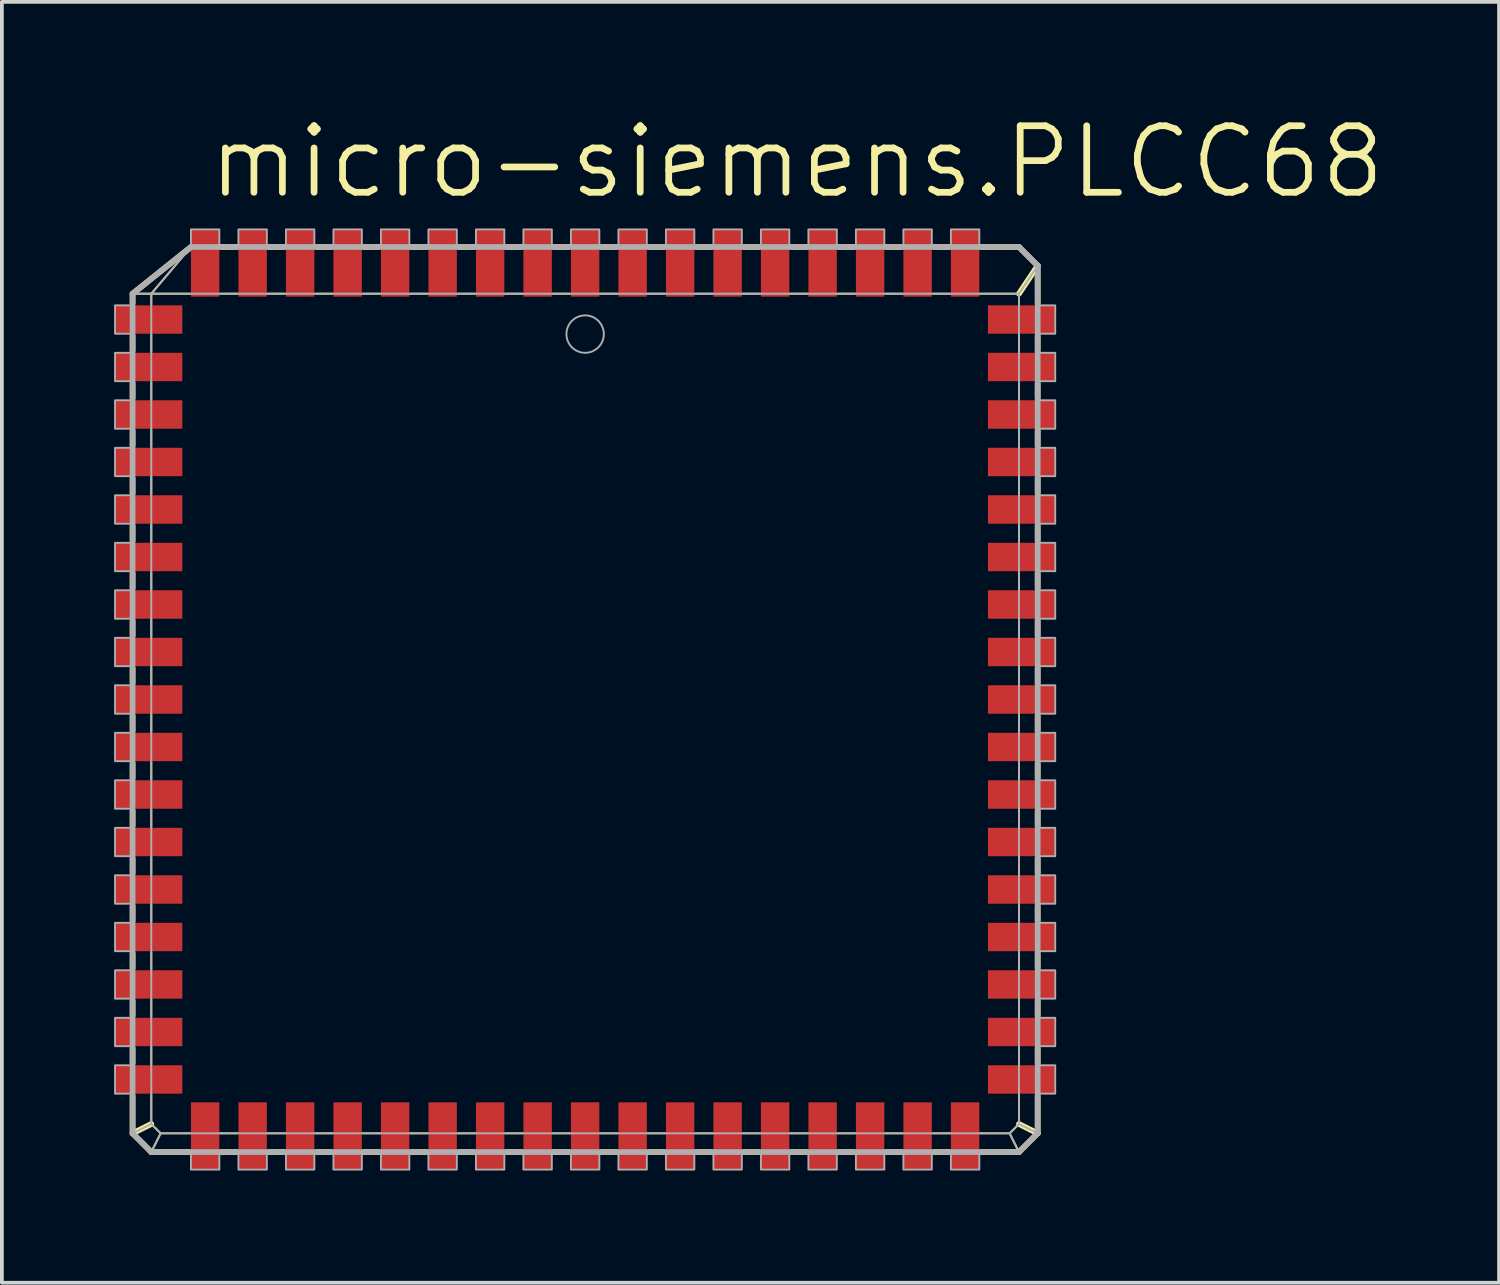
<source format=kicad_pcb>
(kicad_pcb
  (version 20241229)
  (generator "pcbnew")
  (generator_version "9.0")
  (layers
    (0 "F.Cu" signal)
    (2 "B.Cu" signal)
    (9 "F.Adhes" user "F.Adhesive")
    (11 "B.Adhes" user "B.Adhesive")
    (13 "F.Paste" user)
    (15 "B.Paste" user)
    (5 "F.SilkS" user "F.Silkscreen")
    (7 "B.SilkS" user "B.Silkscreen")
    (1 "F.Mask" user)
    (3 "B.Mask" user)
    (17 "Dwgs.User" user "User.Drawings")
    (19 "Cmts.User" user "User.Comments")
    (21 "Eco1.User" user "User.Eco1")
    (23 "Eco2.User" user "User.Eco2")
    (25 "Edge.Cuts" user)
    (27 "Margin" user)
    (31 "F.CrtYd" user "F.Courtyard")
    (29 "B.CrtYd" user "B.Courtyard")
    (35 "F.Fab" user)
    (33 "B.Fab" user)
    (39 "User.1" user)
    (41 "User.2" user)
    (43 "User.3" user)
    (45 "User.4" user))
  (footprint "micro-siemens.PLCC68"
    (layer "F.Cu")
    (at 12.595 15.653)
    (property "Reference" "micro-siemens.PLCC68" (at -10.16 -13.335 0) (layer "F.SilkS") (effects (font (size 1.778 1.778) (thickness 0.18)) (justify left bottom)))
    (attr smd)
    (fp_line (start -12.1 -10.85) (end -11.6 -10.85) (stroke (width 0.051) (type default)) (layer "F.SilkS"))
    (fp_line (start -12.1 -10.85) (end -10.6 -12.05) (stroke (width 0.152) (type default)) (layer "F.SilkS"))
    (fp_line (start -12.1 -10.6) (end -12.1 -10.85) (stroke (width 0.152) (type default)) (layer "F.SilkS"))
    (fp_line (start -12.1 -9.33) (end -12.1 -9.72) (stroke (width 0.152) (type default)) (layer "F.SilkS"))
    (fp_line (start -12.1 -8.06) (end -12.1 -8.45) (stroke (width 0.152) (type default)) (layer "F.SilkS"))
    (fp_line (start -12.1 -6.79) (end -12.1 -7.18) (stroke (width 0.152) (type default)) (layer "F.SilkS"))
    (fp_line (start -12.1 -5.52) (end -12.1 -5.91) (stroke (width 0.152) (type default)) (layer "F.SilkS"))
    (fp_line (start -12.1 -4.25) (end -12.1 -4.64) (stroke (width 0.152) (type default)) (layer "F.SilkS"))
    (fp_line (start -12.1 -2.98) (end -12.1 -3.37) (stroke (width 0.152) (type default)) (layer "F.SilkS"))
    (fp_line (start -12.1 -1.71) (end -12.1 -2.1) (stroke (width 0.152) (type default)) (layer "F.SilkS"))
    (fp_line (start -12.1 -0.44) (end -12.1 -0.83) (stroke (width 0.152) (type default)) (layer "F.SilkS"))
    (fp_line (start -12.1 0.83) (end -12.1 0.44) (stroke (width 0.152) (type default)) (layer "F.SilkS"))
    (fp_line (start -12.1 2.1) (end -12.1 1.71) (stroke (width 0.152) (type default)) (layer "F.SilkS"))
    (fp_line (start -12.1 3.37) (end -12.1 2.98) (stroke (width 0.152) (type default)) (layer "F.SilkS"))
    (fp_line (start -12.1 4.64) (end -12.1 4.25) (stroke (width 0.152) (type default)) (layer "F.SilkS"))
    (fp_line (start -12.1 5.91) (end -12.1 5.52) (stroke (width 0.152) (type default)) (layer "F.SilkS"))
    (fp_line (start -12.1 7.18) (end -12.1 6.79) (stroke (width 0.152) (type default)) (layer "F.SilkS"))
    (fp_line (start -12.1 8.45) (end -12.1 8.06) (stroke (width 0.152) (type default)) (layer "F.SilkS"))
    (fp_line (start -12.1 9.72) (end -12.1 9.33) (stroke (width 0.152) (type default)) (layer "F.SilkS"))
    (fp_line (start -12.1 11.6) (end -12.1 10.6) (stroke (width 0.152) (type default)) (layer "F.SilkS"))
    (fp_line (start -12.1 11.6) (end -11.6 11.35) (stroke (width 0.152) (type default)) (layer "F.SilkS"))
    (fp_line (start -11.6 -10.85) (end -10.56 -12.08) (stroke (width 0.051) (type default)) (layer "F.SilkS"))
    (fp_line (start -11.6 -10.85) (end -10.56 -10.85) (stroke (width 0.051) (type default)) (layer "F.SilkS"))
    (fp_line (start -11.6 -10.56) (end -11.6 -10.85) (stroke (width 0.051) (type default)) (layer "F.SilkS"))
    (fp_line (start -11.6 -9.29) (end -11.6 -9.76) (stroke (width 0.051) (type default)) (layer "F.SilkS"))
    (fp_line (start -11.6 -8.02) (end -11.6 -8.49) (stroke (width 0.051) (type default)) (layer "F.SilkS"))
    (fp_line (start -11.6 -6.75) (end -11.6 -7.22) (stroke (width 0.051) (type default)) (layer "F.SilkS"))
    (fp_line (start -11.6 -5.48) (end -11.6 -5.95) (stroke (width 0.051) (type default)) (layer "F.SilkS"))
    (fp_line (start -11.6 -4.21) (end -11.6 -4.68) (stroke (width 0.051) (type default)) (layer "F.SilkS"))
    (fp_line (start -11.6 -2.94) (end -11.6 -3.41) (stroke (width 0.051) (type default)) (layer "F.SilkS"))
    (fp_line (start -11.6 -1.67) (end -11.6 -2.14) (stroke (width 0.051) (type default)) (layer "F.SilkS"))
    (fp_line (start -11.6 -0.4) (end -11.6 -0.87) (stroke (width 0.051) (type default)) (layer "F.SilkS"))
    (fp_line (start -11.6 0.87) (end -11.6 0.4) (stroke (width 0.051) (type default)) (layer "F.SilkS"))
    (fp_line (start -11.6 2.14) (end -11.6 1.67) (stroke (width 0.051) (type default)) (layer "F.SilkS"))
    (fp_line (start -11.6 3.41) (end -11.6 2.94) (stroke (width 0.051) (type default)) (layer "F.SilkS"))
    (fp_line (start -11.6 4.68) (end -11.6 4.21) (stroke (width 0.051) (type default)) (layer "F.SilkS"))
    (fp_line (start -11.6 5.95) (end -11.6 5.48) (stroke (width 0.051) (type default)) (layer "F.SilkS"))
    (fp_line (start -11.6 7.22) (end -11.6 6.75) (stroke (width 0.051) (type default)) (layer "F.SilkS"))
    (fp_line (start -11.6 8.49) (end -11.6 8.02) (stroke (width 0.051) (type default)) (layer "F.SilkS"))
    (fp_line (start -11.6 9.76) (end -11.6 9.29) (stroke (width 0.051) (type default)) (layer "F.SilkS"))
    (fp_line (start -11.6 11.35) (end -11.6 10.56) (stroke (width 0.051) (type default)) (layer "F.SilkS"))
    (fp_line (start -11.6 12.1) (end -12.1 11.6) (stroke (width 0.152) (type default)) (layer "F.SilkS"))
    (fp_line (start -11.6 12.1) (end -11.35 11.6) (stroke (width 0.051) (type default)) (layer "F.SilkS"))
    (fp_line (start -11.35 11.6) (end -11.6 11.35) (stroke (width 0.051) (type default)) (layer "F.SilkS"))
    (fp_line (start -10.6 12.1) (end -11.6 12.1) (stroke (width 0.152) (type default)) (layer "F.SilkS"))
    (fp_line (start -10.56 11.6) (end -11.35 11.6) (stroke (width 0.051) (type default)) (layer "F.SilkS"))
    (fp_line (start -9.76 -10.85) (end -9.29 -10.85) (stroke (width 0.051) (type default)) (layer "F.SilkS"))
    (fp_line (start -9.72 -12.1) (end -9.33 -12.1) (stroke (width 0.152) (type default)) (layer "F.SilkS"))
    (fp_line (start -9.33 12.1) (end -9.72 12.1) (stroke (width 0.152) (type default)) (layer "F.SilkS"))
    (fp_line (start -9.29 11.6) (end -9.76 11.6) (stroke (width 0.051) (type default)) (layer "F.SilkS"))
    (fp_line (start -8.49 -10.85) (end -8.02 -10.85) (stroke (width 0.051) (type default)) (layer "F.SilkS"))
    (fp_line (start -8.45 -12.1) (end -8.06 -12.1) (stroke (width 0.152) (type default)) (layer "F.SilkS"))
    (fp_line (start -8.06 12.1) (end -8.45 12.1) (stroke (width 0.152) (type default)) (layer "F.SilkS"))
    (fp_line (start -8.02 11.6) (end -8.49 11.6) (stroke (width 0.051) (type default)) (layer "F.SilkS"))
    (fp_line (start -7.22 -10.85) (end -6.75 -10.85) (stroke (width 0.051) (type default)) (layer "F.SilkS"))
    (fp_line (start -7.18 -12.1) (end -6.79 -12.1) (stroke (width 0.152) (type default)) (layer "F.SilkS"))
    (fp_line (start -6.79 12.1) (end -7.18 12.1) (stroke (width 0.152) (type default)) (layer "F.SilkS"))
    (fp_line (start -6.75 11.6) (end -7.22 11.6) (stroke (width 0.051) (type default)) (layer "F.SilkS"))
    (fp_line (start -5.95 -10.85) (end -5.48 -10.85) (stroke (width 0.051) (type default)) (layer "F.SilkS"))
    (fp_line (start -5.91 -12.1) (end -5.52 -12.1) (stroke (width 0.152) (type default)) (layer "F.SilkS"))
    (fp_line (start -5.52 12.1) (end -5.91 12.1) (stroke (width 0.152) (type default)) (layer "F.SilkS"))
    (fp_line (start -5.48 11.6) (end -5.95 11.6) (stroke (width 0.051) (type default)) (layer "F.SilkS"))
    (fp_line (start -4.68 -10.85) (end -4.21 -10.85) (stroke (width 0.051) (type default)) (layer "F.SilkS"))
    (fp_line (start -4.64 -12.1) (end -4.25 -12.1) (stroke (width 0.152) (type default)) (layer "F.SilkS"))
    (fp_line (start -4.25 12.1) (end -4.64 12.1) (stroke (width 0.152) (type default)) (layer "F.SilkS"))
    (fp_line (start -4.21 11.6) (end -4.68 11.6) (stroke (width 0.051) (type default)) (layer "F.SilkS"))
    (fp_line (start -3.41 -10.85) (end -2.94 -10.85) (stroke (width 0.051) (type default)) (layer "F.SilkS"))
    (fp_line (start -3.37 -12.1) (end -2.98 -12.1) (stroke (width 0.152) (type default)) (layer "F.SilkS"))
    (fp_line (start -2.98 12.1) (end -3.37 12.1) (stroke (width 0.152) (type default)) (layer "F.SilkS"))
    (fp_line (start -2.94 11.6) (end -3.41 11.6) (stroke (width 0.051) (type default)) (layer "F.SilkS"))
    (fp_line (start -2.14 -10.85) (end -1.67 -10.85) (stroke (width 0.051) (type default)) (layer "F.SilkS"))
    (fp_line (start -2.1 -12.1) (end -1.71 -12.1) (stroke (width 0.152) (type default)) (layer "F.SilkS"))
    (fp_line (start -1.71 12.1) (end -2.1 12.1) (stroke (width 0.152) (type default)) (layer "F.SilkS"))
    (fp_line (start -1.67 11.6) (end -2.14 11.6) (stroke (width 0.051) (type default)) (layer "F.SilkS"))
    (fp_line (start -0.87 -10.85) (end -0.4 -10.85) (stroke (width 0.051) (type default)) (layer "F.SilkS"))
    (fp_line (start -0.83 -12.1) (end -0.44 -12.1) (stroke (width 0.152) (type default)) (layer "F.SilkS"))
    (fp_line (start -0.44 12.1) (end -0.83 12.1) (stroke (width 0.152) (type default)) (layer "F.SilkS"))
    (fp_line (start -0.4 11.6) (end -0.87 11.6) (stroke (width 0.051) (type default)) (layer "F.SilkS"))
    (fp_line (start 0.4 -10.85) (end 0.87 -10.85) (stroke (width 0.051) (type default)) (layer "F.SilkS"))
    (fp_line (start 0.44 -12.1) (end 0.83 -12.1) (stroke (width 0.152) (type default)) (layer "F.SilkS"))
    (fp_line (start 0.83 12.1) (end 0.44 12.1) (stroke (width 0.152) (type default)) (layer "F.SilkS"))
    (fp_line (start 0.87 11.6) (end 0.4 11.6) (stroke (width 0.051) (type default)) (layer "F.SilkS"))
    (fp_line (start 1.67 -10.85) (end 2.14 -10.85) (stroke (width 0.051) (type default)) (layer "F.SilkS"))
    (fp_line (start 1.71 -12.1) (end 2.1 -12.1) (stroke (width 0.152) (type default)) (layer "F.SilkS"))
    (fp_line (start 2.1 12.1) (end 1.71 12.1) (stroke (width 0.152) (type default)) (layer "F.SilkS"))
    (fp_line (start 2.14 11.6) (end 1.67 11.6) (stroke (width 0.051) (type default)) (layer "F.SilkS"))
    (fp_line (start 2.94 -10.85) (end 3.41 -10.85) (stroke (width 0.051) (type default)) (layer "F.SilkS"))
    (fp_line (start 2.98 -12.1) (end 3.37 -12.1) (stroke (width 0.152) (type default)) (layer "F.SilkS"))
    (fp_line (start 3.37 12.1) (end 2.98 12.1) (stroke (width 0.152) (type default)) (layer "F.SilkS"))
    (fp_line (start 3.41 11.6) (end 2.94 11.6) (stroke (width 0.051) (type default)) (layer "F.SilkS"))
    (fp_line (start 4.21 -10.85) (end 4.68 -10.85) (stroke (width 0.051) (type default)) (layer "F.SilkS"))
    (fp_line (start 4.25 -12.1) (end 4.64 -12.1) (stroke (width 0.152) (type default)) (layer "F.SilkS"))
    (fp_line (start 4.64 12.1) (end 4.25 12.1) (stroke (width 0.152) (type default)) (layer "F.SilkS"))
    (fp_line (start 4.68 11.6) (end 4.21 11.6) (stroke (width 0.051) (type default)) (layer "F.SilkS"))
    (fp_line (start 5.48 -10.85) (end 5.95 -10.85) (stroke (width 0.051) (type default)) (layer "F.SilkS"))
    (fp_line (start 5.52 -12.1) (end 5.91 -12.1) (stroke (width 0.152) (type default)) (layer "F.SilkS"))
    (fp_line (start 5.91 12.1) (end 5.52 12.1) (stroke (width 0.152) (type default)) (layer "F.SilkS"))
    (fp_line (start 5.95 11.6) (end 5.48 11.6) (stroke (width 0.051) (type default)) (layer "F.SilkS"))
    (fp_line (start 6.75 -10.85) (end 7.22 -10.85) (stroke (width 0.051) (type default)) (layer "F.SilkS"))
    (fp_line (start 6.79 -12.1) (end 7.18 -12.1) (stroke (width 0.152) (type default)) (layer "F.SilkS"))
    (fp_line (start 7.18 12.1) (end 6.79 12.1) (stroke (width 0.152) (type default)) (layer "F.SilkS"))
    (fp_line (start 7.22 11.6) (end 6.75 11.6) (stroke (width 0.051) (type default)) (layer "F.SilkS"))
    (fp_line (start 8.02 -10.85) (end 8.49 -10.85) (stroke (width 0.051) (type default)) (layer "F.SilkS"))
    (fp_line (start 8.06 -12.1) (end 8.45 -12.1) (stroke (width 0.152) (type default)) (layer "F.SilkS"))
    (fp_line (start 8.45 12.1) (end 8.06 12.1) (stroke (width 0.152) (type default)) (layer "F.SilkS"))
    (fp_line (start 8.49 11.6) (end 8.02 11.6) (stroke (width 0.051) (type default)) (layer "F.SilkS"))
    (fp_line (start 9.29 -10.85) (end 9.76 -10.85) (stroke (width 0.051) (type default)) (layer "F.SilkS"))
    (fp_line (start 9.33 -12.1) (end 9.72 -12.1) (stroke (width 0.152) (type default)) (layer "F.SilkS"))
    (fp_line (start 9.72 12.1) (end 9.33 12.1) (stroke (width 0.152) (type default)) (layer "F.SilkS"))
    (fp_line (start 9.76 11.6) (end 9.29 11.6) (stroke (width 0.051) (type default)) (layer "F.SilkS"))
    (fp_line (start 10.56 -10.85) (end 11.6 -10.85) (stroke (width 0.051) (type default)) (layer "F.SilkS"))
    (fp_line (start 10.6 -12.1) (end 11.6 -12.1) (stroke (width 0.152) (type default)) (layer "F.SilkS"))
    (fp_line (start 11.35 11.6) (end 10.56 11.6) (stroke (width 0.051) (type default)) (layer "F.SilkS"))
    (fp_line (start 11.35 11.6) (end 11.6 12.1) (stroke (width 0.051) (type default)) (layer "F.SilkS"))
    (fp_line (start 11.6 -12.1) (end 12.1 -11.6) (stroke (width 0.152) (type default)) (layer "F.SilkS"))
    (fp_line (start 11.6 -10.85) (end 11.6 -10.56) (stroke (width 0.051) (type default)) (layer "F.SilkS"))
    (fp_line (start 11.6 -9.76) (end 11.6 -9.29) (stroke (width 0.051) (type default)) (layer "F.SilkS"))
    (fp_line (start 11.6 -8.49) (end 11.6 -8.02) (stroke (width 0.051) (type default)) (layer "F.SilkS"))
    (fp_line (start 11.6 -7.22) (end 11.6 -6.75) (stroke (width 0.051) (type default)) (layer "F.SilkS"))
    (fp_line (start 11.6 -5.95) (end 11.6 -5.48) (stroke (width 0.051) (type default)) (layer "F.SilkS"))
    (fp_line (start 11.6 -4.68) (end 11.6 -4.21) (stroke (width 0.051) (type default)) (layer "F.SilkS"))
    (fp_line (start 11.6 -3.41) (end 11.6 -2.94) (stroke (width 0.051) (type default)) (layer "F.SilkS"))
    (fp_line (start 11.6 -2.14) (end 11.6 -1.67) (stroke (width 0.051) (type default)) (layer "F.SilkS"))
    (fp_line (start 11.6 -0.87) (end 11.6 -0.4) (stroke (width 0.051) (type default)) (layer "F.SilkS"))
    (fp_line (start 11.6 0.4) (end 11.6 0.87) (stroke (width 0.051) (type default)) (layer "F.SilkS"))
    (fp_line (start 11.6 1.67) (end 11.6 2.14) (stroke (width 0.051) (type default)) (layer "F.SilkS"))
    (fp_line (start 11.6 2.94) (end 11.6 3.41) (stroke (width 0.051) (type default)) (layer "F.SilkS"))
    (fp_line (start 11.6 4.21) (end 11.6 4.68) (stroke (width 0.051) (type default)) (layer "F.SilkS"))
    (fp_line (start 11.6 5.48) (end 11.6 5.95) (stroke (width 0.051) (type default)) (layer "F.SilkS"))
    (fp_line (start 11.6 6.75) (end 11.6 7.22) (stroke (width 0.051) (type default)) (layer "F.SilkS"))
    (fp_line (start 11.6 8.02) (end 11.6 8.49) (stroke (width 0.051) (type default)) (layer "F.SilkS"))
    (fp_line (start 11.6 9.29) (end 11.6 9.76) (stroke (width 0.051) (type default)) (layer "F.SilkS"))
    (fp_line (start 11.6 10.56) (end 11.6 11.35) (stroke (width 0.051) (type default)) (layer "F.SilkS"))
    (fp_line (start 11.6 11.35) (end 11.35 11.6) (stroke (width 0.051) (type default)) (layer "F.SilkS"))
    (fp_line (start 11.6 11.35) (end 12.1 11.6) (stroke (width 0.152) (type default)) (layer "F.SilkS"))
    (fp_line (start 11.6 12.1) (end 10.6 12.1) (stroke (width 0.152) (type default)) (layer "F.SilkS"))
    (fp_line (start 12.1 -11.6) (end 11.6 -10.85) (stroke (width 0.152) (type default)) (layer "F.SilkS"))
    (fp_line (start 12.1 -11.6) (end 12.1 -10.6) (stroke (width 0.152) (type default)) (layer "F.SilkS"))
    (fp_line (start 12.1 -9.72) (end 12.1 -9.33) (stroke (width 0.152) (type default)) (layer "F.SilkS"))
    (fp_line (start 12.1 -8.45) (end 12.1 -8.06) (stroke (width 0.152) (type default)) (layer "F.SilkS"))
    (fp_line (start 12.1 -7.18) (end 12.1 -6.79) (stroke (width 0.152) (type default)) (layer "F.SilkS"))
    (fp_line (start 12.1 -5.91) (end 12.1 -5.52) (stroke (width 0.152) (type default)) (layer "F.SilkS"))
    (fp_line (start 12.1 -4.64) (end 12.1 -4.25) (stroke (width 0.152) (type default)) (layer "F.SilkS"))
    (fp_line (start 12.1 -3.37) (end 12.1 -2.98) (stroke (width 0.152) (type default)) (layer "F.SilkS"))
    (fp_line (start 12.1 -2.1) (end 12.1 -1.71) (stroke (width 0.152) (type default)) (layer "F.SilkS"))
    (fp_line (start 12.1 -0.83) (end 12.1 -0.44) (stroke (width 0.152) (type default)) (layer "F.SilkS"))
    (fp_line (start 12.1 0.44) (end 12.1 0.83) (stroke (width 0.152) (type default)) (layer "F.SilkS"))
    (fp_line (start 12.1 1.71) (end 12.1 2.1) (stroke (width 0.152) (type default)) (layer "F.SilkS"))
    (fp_line (start 12.1 2.98) (end 12.1 3.37) (stroke (width 0.152) (type default)) (layer "F.SilkS"))
    (fp_line (start 12.1 4.25) (end 12.1 4.64) (stroke (width 0.152) (type default)) (layer "F.SilkS"))
    (fp_line (start 12.1 5.52) (end 12.1 5.91) (stroke (width 0.152) (type default)) (layer "F.SilkS"))
    (fp_line (start 12.1 6.79) (end 12.1 7.18) (stroke (width 0.152) (type default)) (layer "F.SilkS"))
    (fp_line (start 12.1 8.06) (end 12.1 8.45) (stroke (width 0.152) (type default)) (layer "F.SilkS"))
    (fp_line (start 12.1 9.33) (end 12.1 9.72) (stroke (width 0.152) (type default)) (layer "F.SilkS"))
    (fp_line (start 12.1 10.6) (end 12.1 11.6) (stroke (width 0.152) (type default)) (layer "F.SilkS"))
    (fp_line (start 12.1 11.6) (end 11.6 12.1) (stroke (width 0.152) (type default)) (layer "F.SilkS"))
    (fp_line (start -12.1 -10.85) (end -11.6 -10.85) (stroke (width 0.051) (type default)) (layer "F.Fab"))
    (fp_line (start -12.1 -10.85) (end -10.54 -12.1) (stroke (width 0.152) (type default)) (layer "F.Fab"))
    (fp_line (start -12.1 11.6) (end -12.1 -10.85) (stroke (width 0.152) (type default)) (layer "F.Fab"))
    (fp_line (start -12.1 11.6) (end -11.6 11.35) (stroke (width 0.051) (type default)) (layer "F.Fab"))
    (fp_line (start -11.6 -10.85) (end -10.54 -12.1) (stroke (width 0.051) (type default)) (layer "F.Fab"))
    (fp_line (start -11.6 -10.85) (end 11.6 -10.85) (stroke (width 0.051) (type default)) (layer "F.Fab"))
    (fp_line (start -11.6 11.35) (end -11.6 -10.85) (stroke (width 0.051) (type default)) (layer "F.Fab"))
    (fp_line (start -11.6 12.1) (end -12.1 11.6) (stroke (width 0.152) (type default)) (layer "F.Fab"))
    (fp_line (start -11.6 12.1) (end -11.35 11.6) (stroke (width 0.051) (type default)) (layer "F.Fab"))
    (fp_line (start -11.35 11.6) (end -11.6 11.35) (stroke (width 0.051) (type default)) (layer "F.Fab"))
    (fp_line (start -10.54 -12.1) (end 11.6 -12.1) (stroke (width 0.152) (type default)) (layer "F.Fab"))
    (fp_line (start 11.35 11.6) (end -11.35 11.6) (stroke (width 0.051) (type default)) (layer "F.Fab"))
    (fp_line (start 11.35 11.6) (end 11.6 12.1) (stroke (width 0.051) (type default)) (layer "F.Fab"))
    (fp_line (start 11.6 -12.1) (end 12.1 -11.6) (stroke (width 0.152) (type default)) (layer "F.Fab"))
    (fp_line (start 11.6 -10.85) (end 11.6 11.35) (stroke (width 0.051) (type default)) (layer "F.Fab"))
    (fp_line (start 11.6 11.35) (end 11.35 11.6) (stroke (width 0.051) (type default)) (layer "F.Fab"))
    (fp_line (start 11.6 11.35) (end 12.1 11.6) (stroke (width 0.051) (type default)) (layer "F.Fab"))
    (fp_line (start 11.6 12.1) (end -11.6 12.1) (stroke (width 0.152) (type default)) (layer "F.Fab"))
    (fp_line (start 12.1 -11.6) (end 11.6 -10.85) (stroke (width 0.051) (type default)) (layer "F.Fab"))
    (fp_line (start 12.1 -11.6) (end 12.1 11.6) (stroke (width 0.152) (type default)) (layer "F.Fab"))
    (fp_line (start 12.1 11.6) (end 11.6 12.1) (stroke (width 0.152) (type default)) (layer "F.Fab"))
    (fp_rect (start -12.57 -9.78) (end -12.1 -10.54) (stroke (width 0.05) (type default)) (fill no) (layer "F.Fab"))
    (fp_rect (start -12.57 -8.51) (end -12.1 -9.27) (stroke (width 0.05) (type default)) (fill no) (layer "F.Fab"))
    (fp_rect (start -12.57 -7.24) (end -12.1 -8) (stroke (width 0.05) (type default)) (fill no) (layer "F.Fab"))
    (fp_rect (start -12.57 -5.97) (end -12.1 -6.73) (stroke (width 0.05) (type default)) (fill no) (layer "F.Fab"))
    (fp_rect (start -12.57 -4.7) (end -12.1 -5.46) (stroke (width 0.05) (type default)) (fill no) (layer "F.Fab"))
    (fp_rect (start -12.57 -3.43) (end -12.1 -4.19) (stroke (width 0.05) (type default)) (fill no) (layer "F.Fab"))
    (fp_rect (start -12.57 -2.16) (end -12.1 -2.92) (stroke (width 0.05) (type default)) (fill no) (layer "F.Fab"))
    (fp_rect (start -12.57 -0.89) (end -12.1 -1.65) (stroke (width 0.05) (type default)) (fill no) (layer "F.Fab"))
    (fp_rect (start -12.57 0.38) (end -12.1 -0.38) (stroke (width 0.05) (type default)) (fill no) (layer "F.Fab"))
    (fp_rect (start -12.57 1.65) (end -12.1 0.89) (stroke (width 0.05) (type default)) (fill no) (layer "F.Fab"))
    (fp_rect (start -12.57 2.92) (end -12.1 2.16) (stroke (width 0.05) (type default)) (fill no) (layer "F.Fab"))
    (fp_rect (start -12.57 4.19) (end -12.1 3.43) (stroke (width 0.05) (type default)) (fill no) (layer "F.Fab"))
    (fp_rect (start -12.57 5.46) (end -12.1 4.7) (stroke (width 0.05) (type default)) (fill no) (layer "F.Fab"))
    (fp_rect (start -12.57 6.73) (end -12.1 5.97) (stroke (width 0.05) (type default)) (fill no) (layer "F.Fab"))
    (fp_rect (start -12.57 8) (end -12.1 7.24) (stroke (width 0.05) (type default)) (fill no) (layer "F.Fab"))
    (fp_rect (start -12.57 9.27) (end -12.1 8.51) (stroke (width 0.05) (type default)) (fill no) (layer "F.Fab"))
    (fp_rect (start -12.57 10.54) (end -12.1 9.78) (stroke (width 0.05) (type default)) (fill no) (layer "F.Fab"))
    (fp_rect (start -10.54 -12.1) (end -9.78 -12.57) (stroke (width 0.05) (type default)) (fill no) (layer "F.Fab"))
    (fp_rect (start -10.54 12.57) (end -9.78 12.1) (stroke (width 0.05) (type default)) (fill no) (layer "F.Fab"))
    (fp_rect (start -9.27 -12.1) (end -8.51 -12.57) (stroke (width 0.05) (type default)) (fill no) (layer "F.Fab"))
    (fp_rect (start -9.27 12.57) (end -8.51 12.1) (stroke (width 0.05) (type default)) (fill no) (layer "F.Fab"))
    (fp_rect (start -8 -12.1) (end -7.24 -12.57) (stroke (width 0.05) (type default)) (fill no) (layer "F.Fab"))
    (fp_rect (start -8 12.57) (end -7.24 12.1) (stroke (width 0.05) (type default)) (fill no) (layer "F.Fab"))
    (fp_rect (start -6.73 -12.1) (end -5.97 -12.57) (stroke (width 0.05) (type default)) (fill no) (layer "F.Fab"))
    (fp_rect (start -6.73 12.57) (end -5.97 12.1) (stroke (width 0.05) (type default)) (fill no) (layer "F.Fab"))
    (fp_rect (start -5.46 -12.1) (end -4.7 -12.57) (stroke (width 0.05) (type default)) (fill no) (layer "F.Fab"))
    (fp_rect (start -5.46 12.57) (end -4.7 12.1) (stroke (width 0.05) (type default)) (fill no) (layer "F.Fab"))
    (fp_rect (start -4.19 -12.1) (end -3.43 -12.57) (stroke (width 0.05) (type default)) (fill no) (layer "F.Fab"))
    (fp_rect (start -4.19 12.57) (end -3.43 12.1) (stroke (width 0.05) (type default)) (fill no) (layer "F.Fab"))
    (fp_rect (start -2.92 -12.1) (end -2.16 -12.57) (stroke (width 0.05) (type default)) (fill no) (layer "F.Fab"))
    (fp_rect (start -2.92 12.57) (end -2.16 12.1) (stroke (width 0.05) (type default)) (fill no) (layer "F.Fab"))
    (fp_rect (start -1.65 -12.1) (end -0.89 -12.57) (stroke (width 0.05) (type default)) (fill no) (layer "F.Fab"))
    (fp_rect (start -1.65 12.57) (end -0.89 12.1) (stroke (width 0.05) (type default)) (fill no) (layer "F.Fab"))
    (fp_rect (start -0.38 -12.1) (end 0.38 -12.57) (stroke (width 0.05) (type default)) (fill no) (layer "F.Fab"))
    (fp_rect (start -0.38 12.57) (end 0.38 12.1) (stroke (width 0.05) (type default)) (fill no) (layer "F.Fab"))
    (fp_rect (start 0.89 -12.1) (end 1.65 -12.57) (stroke (width 0.05) (type default)) (fill no) (layer "F.Fab"))
    (fp_rect (start 0.89 12.57) (end 1.65 12.1) (stroke (width 0.05) (type default)) (fill no) (layer "F.Fab"))
    (fp_rect (start 2.16 -12.1) (end 2.92 -12.57) (stroke (width 0.05) (type default)) (fill no) (layer "F.Fab"))
    (fp_rect (start 2.16 12.57) (end 2.92 12.1) (stroke (width 0.05) (type default)) (fill no) (layer "F.Fab"))
    (fp_rect (start 3.43 -12.1) (end 4.19 -12.57) (stroke (width 0.05) (type default)) (fill no) (layer "F.Fab"))
    (fp_rect (start 3.43 12.57) (end 4.19 12.1) (stroke (width 0.05) (type default)) (fill no) (layer "F.Fab"))
    (fp_rect (start 4.7 -12.1) (end 5.46 -12.57) (stroke (width 0.05) (type default)) (fill no) (layer "F.Fab"))
    (fp_rect (start 4.7 12.57) (end 5.46 12.1) (stroke (width 0.05) (type default)) (fill no) (layer "F.Fab"))
    (fp_rect (start 5.97 -12.1) (end 6.73 -12.57) (stroke (width 0.05) (type default)) (fill no) (layer "F.Fab"))
    (fp_rect (start 5.97 12.57) (end 6.73 12.1) (stroke (width 0.05) (type default)) (fill no) (layer "F.Fab"))
    (fp_rect (start 7.24 -12.1) (end 8 -12.57) (stroke (width 0.05) (type default)) (fill no) (layer "F.Fab"))
    (fp_rect (start 7.24 12.57) (end 8 12.1) (stroke (width 0.05) (type default)) (fill no) (layer "F.Fab"))
    (fp_rect (start 8.51 -12.1) (end 9.27 -12.57) (stroke (width 0.05) (type default)) (fill no) (layer "F.Fab"))
    (fp_rect (start 8.51 12.57) (end 9.27 12.1) (stroke (width 0.05) (type default)) (fill no) (layer "F.Fab"))
    (fp_rect (start 9.78 -12.1) (end 10.54 -12.57) (stroke (width 0.05) (type default)) (fill no) (layer "F.Fab"))
    (fp_rect (start 9.78 12.57) (end 10.54 12.1) (stroke (width 0.05) (type default)) (fill no) (layer "F.Fab"))
    (fp_rect (start 12.1 -9.78) (end 12.57 -10.54) (stroke (width 0.05) (type default)) (fill no) (layer "F.Fab"))
    (fp_rect (start 12.1 -8.51) (end 12.57 -9.27) (stroke (width 0.05) (type default)) (fill no) (layer "F.Fab"))
    (fp_rect (start 12.1 -7.24) (end 12.57 -8) (stroke (width 0.05) (type default)) (fill no) (layer "F.Fab"))
    (fp_rect (start 12.1 -5.97) (end 12.57 -6.73) (stroke (width 0.05) (type default)) (fill no) (layer "F.Fab"))
    (fp_rect (start 12.1 -4.7) (end 12.57 -5.46) (stroke (width 0.05) (type default)) (fill no) (layer "F.Fab"))
    (fp_rect (start 12.1 -3.43) (end 12.57 -4.19) (stroke (width 0.05) (type default)) (fill no) (layer "F.Fab"))
    (fp_rect (start 12.1 -2.16) (end 12.57 -2.92) (stroke (width 0.05) (type default)) (fill no) (layer "F.Fab"))
    (fp_rect (start 12.1 -0.89) (end 12.57 -1.65) (stroke (width 0.05) (type default)) (fill no) (layer "F.Fab"))
    (fp_rect (start 12.1 0.38) (end 12.57 -0.38) (stroke (width 0.05) (type default)) (fill no) (layer "F.Fab"))
    (fp_rect (start 12.1 1.65) (end 12.57 0.89) (stroke (width 0.05) (type default)) (fill no) (layer "F.Fab"))
    (fp_rect (start 12.1 2.92) (end 12.57 2.16) (stroke (width 0.05) (type default)) (fill no) (layer "F.Fab"))
    (fp_rect (start 12.1 4.19) (end 12.57 3.43) (stroke (width 0.05) (type default)) (fill no) (layer "F.Fab"))
    (fp_rect (start 12.1 5.46) (end 12.57 4.7) (stroke (width 0.05) (type default)) (fill no) (layer "F.Fab"))
    (fp_rect (start 12.1 6.73) (end 12.57 5.97) (stroke (width 0.05) (type default)) (fill no) (layer "F.Fab"))
    (fp_rect (start 12.1 8) (end 12.57 7.24) (stroke (width 0.05) (type default)) (fill no) (layer "F.Fab"))
    (fp_rect (start 12.1 9.27) (end 12.57 8.51) (stroke (width 0.05) (type default)) (fill no) (layer "F.Fab"))
    (fp_rect (start 12.1 10.54) (end 12.57 9.78) (stroke (width 0.05) (type default)) (fill no) (layer "F.Fab"))
    (fp_circle (center 0 -9.77) (end 0.5 -9.77) (stroke (width 0.051) (type default)) (fill no) (layer "F.Fab"))
    (pad "1" smd roundrect (at 0 -11.67) (size 0.76 1.8) (layers "F.Cu" "F.Mask" "F.Paste") (roundrect_rratio 0.01))
    (pad "2" smd roundrect (at -1.27 -11.67) (size 0.76 1.8) (layers "F.Cu" "F.Mask" "F.Paste") (roundrect_rratio 0.01))
    (pad "3" smd roundrect (at -2.54 -11.67) (size 0.76 1.8) (layers "F.Cu" "F.Mask" "F.Paste") (roundrect_rratio 0.01))
    (pad "4" smd roundrect (at -3.81 -11.67) (size 0.76 1.8) (layers "F.Cu" "F.Mask" "F.Paste") (roundrect_rratio 0.01))
    (pad "5" smd roundrect (at -5.08 -11.67) (size 0.76 1.8) (layers "F.Cu" "F.Mask" "F.Paste") (roundrect_rratio 0.01))
    (pad "6" smd roundrect (at -6.35 -11.67) (size 0.76 1.8) (layers "F.Cu" "F.Mask" "F.Paste") (roundrect_rratio 0.01))
    (pad "7" smd roundrect (at -7.62 -11.67) (size 0.76 1.8) (layers "F.Cu" "F.Mask" "F.Paste") (roundrect_rratio 0.01))
    (pad "8" smd roundrect (at -8.89 -11.67) (size 0.76 1.8) (layers "F.Cu" "F.Mask" "F.Paste") (roundrect_rratio 0.01))
    (pad "9" smd roundrect (at -10.16 -11.67) (size 0.76 1.8) (layers "F.Cu" "F.Mask" "F.Paste") (roundrect_rratio 0.01))
    (pad "10" smd roundrect (at -11.67 -10.16) (size 1.8 0.76) (layers "F.Cu" "F.Mask" "F.Paste") (roundrect_rratio 0.01))
    (pad "11" smd roundrect (at -11.67 -8.89) (size 1.8 0.76) (layers "F.Cu" "F.Mask" "F.Paste") (roundrect_rratio 0.01))
    (pad "12" smd roundrect (at -11.67 -7.62) (size 1.8 0.76) (layers "F.Cu" "F.Mask" "F.Paste") (roundrect_rratio 0.01))
    (pad "13" smd roundrect (at -11.67 -6.35) (size 1.8 0.76) (layers "F.Cu" "F.Mask" "F.Paste") (roundrect_rratio 0.01))
    (pad "14" smd roundrect (at -11.67 -5.08) (size 1.8 0.76) (layers "F.Cu" "F.Mask" "F.Paste") (roundrect_rratio 0.01))
    (pad "15" smd roundrect (at -11.67 -3.81) (size 1.8 0.76) (layers "F.Cu" "F.Mask" "F.Paste") (roundrect_rratio 0.01))
    (pad "16" smd roundrect (at -11.67 -2.54) (size 1.8 0.76) (layers "F.Cu" "F.Mask" "F.Paste") (roundrect_rratio 0.01))
    (pad "17" smd roundrect (at -11.67 -1.27) (size 1.8 0.76) (layers "F.Cu" "F.Mask" "F.Paste") (roundrect_rratio 0.01))
    (pad "18" smd roundrect (at -11.67 0) (size 1.8 0.76) (layers "F.Cu" "F.Mask" "F.Paste") (roundrect_rratio 0.01))
    (pad "19" smd roundrect (at -11.67 1.27) (size 1.8 0.76) (layers "F.Cu" "F.Mask" "F.Paste") (roundrect_rratio 0.01))
    (pad "20" smd roundrect (at -11.67 2.54) (size 1.8 0.76) (layers "F.Cu" "F.Mask" "F.Paste") (roundrect_rratio 0.01))
    (pad "21" smd roundrect (at -11.67 3.81) (size 1.8 0.76) (layers "F.Cu" "F.Mask" "F.Paste") (roundrect_rratio 0.01))
    (pad "22" smd roundrect (at -11.67 5.08) (size 1.8 0.76) (layers "F.Cu" "F.Mask" "F.Paste") (roundrect_rratio 0.01))
    (pad "23" smd roundrect (at -11.67 6.35) (size 1.8 0.76) (layers "F.Cu" "F.Mask" "F.Paste") (roundrect_rratio 0.01))
    (pad "24" smd roundrect (at -11.67 7.62) (size 1.8 0.76) (layers "F.Cu" "F.Mask" "F.Paste") (roundrect_rratio 0.01))
    (pad "25" smd roundrect (at -11.67 8.89) (size 1.8 0.76) (layers "F.Cu" "F.Mask" "F.Paste") (roundrect_rratio 0.01))
    (pad "26" smd roundrect (at -11.67 10.16) (size 1.8 0.76) (layers "F.Cu" "F.Mask" "F.Paste") (roundrect_rratio 0.01))
    (pad "27" smd roundrect (at -10.16 11.67) (size 0.76 1.8) (layers "F.Cu" "F.Mask" "F.Paste") (roundrect_rratio 0.01))
    (pad "28" smd roundrect (at -8.89 11.67) (size 0.76 1.8) (layers "F.Cu" "F.Mask" "F.Paste") (roundrect_rratio 0.01))
    (pad "29" smd roundrect (at -7.62 11.67) (size 0.76 1.8) (layers "F.Cu" "F.Mask" "F.Paste") (roundrect_rratio 0.01))
    (pad "30" smd roundrect (at -6.35 11.67) (size 0.76 1.8) (layers "F.Cu" "F.Mask" "F.Paste") (roundrect_rratio 0.01))
    (pad "31" smd roundrect (at -5.08 11.67) (size 0.76 1.8) (layers "F.Cu" "F.Mask" "F.Paste") (roundrect_rratio 0.01))
    (pad "32" smd roundrect (at -3.81 11.67) (size 0.76 1.8) (layers "F.Cu" "F.Mask" "F.Paste") (roundrect_rratio 0.01))
    (pad "33" smd roundrect (at -2.54 11.67) (size 0.76 1.8) (layers "F.Cu" "F.Mask" "F.Paste") (roundrect_rratio 0.01))
    (pad "34" smd roundrect (at -1.27 11.67) (size 0.76 1.8) (layers "F.Cu" "F.Mask" "F.Paste") (roundrect_rratio 0.01))
    (pad "35" smd roundrect (at 0 11.67) (size 0.76 1.8) (layers "F.Cu" "F.Mask" "F.Paste") (roundrect_rratio 0.01))
    (pad "36" smd roundrect (at 1.27 11.67) (size 0.76 1.8) (layers "F.Cu" "F.Mask" "F.Paste") (roundrect_rratio 0.01))
    (pad "37" smd roundrect (at 2.54 11.67) (size 0.76 1.8) (layers "F.Cu" "F.Mask" "F.Paste") (roundrect_rratio 0.01))
    (pad "38" smd roundrect (at 3.81 11.67) (size 0.76 1.8) (layers "F.Cu" "F.Mask" "F.Paste") (roundrect_rratio 0.01))
    (pad "39" smd roundrect (at 5.08 11.67) (size 0.76 1.8) (layers "F.Cu" "F.Mask" "F.Paste") (roundrect_rratio 0.01))
    (pad "40" smd roundrect (at 6.35 11.67) (size 0.76 1.8) (layers "F.Cu" "F.Mask" "F.Paste") (roundrect_rratio 0.01))
    (pad "41" smd roundrect (at 7.62 11.67) (size 0.76 1.8) (layers "F.Cu" "F.Mask" "F.Paste") (roundrect_rratio 0.01))
    (pad "42" smd roundrect (at 8.89 11.67) (size 0.76 1.8) (layers "F.Cu" "F.Mask" "F.Paste") (roundrect_rratio 0.01))
    (pad "43" smd roundrect (at 10.16 11.67) (size 0.76 1.8) (layers "F.Cu" "F.Mask" "F.Paste") (roundrect_rratio 0.01))
    (pad "44" smd roundrect (at 11.67 10.16) (size 1.8 0.76) (layers "F.Cu" "F.Mask" "F.Paste") (roundrect_rratio 0.01))
    (pad "45" smd roundrect (at 11.67 8.89) (size 1.8 0.76) (layers "F.Cu" "F.Mask" "F.Paste") (roundrect_rratio 0.01))
    (pad "46" smd roundrect (at 11.67 7.62) (size 1.8 0.76) (layers "F.Cu" "F.Mask" "F.Paste") (roundrect_rratio 0.01))
    (pad "47" smd roundrect (at 11.67 6.35) (size 1.8 0.76) (layers "F.Cu" "F.Mask" "F.Paste") (roundrect_rratio 0.01))
    (pad "48" smd roundrect (at 11.67 5.08) (size 1.8 0.76) (layers "F.Cu" "F.Mask" "F.Paste") (roundrect_rratio 0.01))
    (pad "49" smd roundrect (at 11.67 3.81) (size 1.8 0.76) (layers "F.Cu" "F.Mask" "F.Paste") (roundrect_rratio 0.01))
    (pad "50" smd roundrect (at 11.67 2.54) (size 1.8 0.76) (layers "F.Cu" "F.Mask" "F.Paste") (roundrect_rratio 0.01))
    (pad "51" smd roundrect (at 11.67 1.27) (size 1.8 0.76) (layers "F.Cu" "F.Mask" "F.Paste") (roundrect_rratio 0.01))
    (pad "52" smd roundrect (at 11.67 0) (size 1.8 0.76) (layers "F.Cu" "F.Mask" "F.Paste") (roundrect_rratio 0.01))
    (pad "53" smd roundrect (at 11.67 -1.27) (size 1.8 0.76) (layers "F.Cu" "F.Mask" "F.Paste") (roundrect_rratio 0.01))
    (pad "54" smd roundrect (at 11.67 -2.54) (size 1.8 0.76) (layers "F.Cu" "F.Mask" "F.Paste") (roundrect_rratio 0.01))
    (pad "55" smd roundrect (at 11.67 -3.81) (size 1.8 0.76) (layers "F.Cu" "F.Mask" "F.Paste") (roundrect_rratio 0.01))
    (pad "56" smd roundrect (at 11.67 -5.08) (size 1.8 0.76) (layers "F.Cu" "F.Mask" "F.Paste") (roundrect_rratio 0.01))
    (pad "57" smd roundrect (at 11.67 -6.35) (size 1.8 0.76) (layers "F.Cu" "F.Mask" "F.Paste") (roundrect_rratio 0.01))
    (pad "58" smd roundrect (at 11.67 -7.62) (size 1.8 0.76) (layers "F.Cu" "F.Mask" "F.Paste") (roundrect_rratio 0.01))
    (pad "59" smd roundrect (at 11.67 -8.89) (size 1.8 0.76) (layers "F.Cu" "F.Mask" "F.Paste") (roundrect_rratio 0.01))
    (pad "60" smd roundrect (at 11.67 -10.16) (size 1.8 0.76) (layers "F.Cu" "F.Mask" "F.Paste") (roundrect_rratio 0.01))
    (pad "61" smd roundrect (at 10.16 -11.67) (size 0.76 1.8) (layers "F.Cu" "F.Mask" "F.Paste") (roundrect_rratio 0.01))
    (pad "62" smd roundrect (at 8.89 -11.67) (size 0.76 1.8) (layers "F.Cu" "F.Mask" "F.Paste") (roundrect_rratio 0.01))
    (pad "63" smd roundrect (at 7.62 -11.67) (size 0.76 1.8) (layers "F.Cu" "F.Mask" "F.Paste") (roundrect_rratio 0.01))
    (pad "64" smd roundrect (at 6.35 -11.67) (size 0.76 1.8) (layers "F.Cu" "F.Mask" "F.Paste") (roundrect_rratio 0.01))
    (pad "65" smd roundrect (at 5.08 -11.67) (size 0.76 1.8) (layers "F.Cu" "F.Mask" "F.Paste") (roundrect_rratio 0.01))
    (pad "66" smd roundrect (at 3.81 -11.67) (size 0.76 1.8) (layers "F.Cu" "F.Mask" "F.Paste") (roundrect_rratio 0.01))
    (pad "67" smd roundrect (at 2.54 -11.67) (size 0.76 1.8) (layers "F.Cu" "F.Mask" "F.Paste") (roundrect_rratio 0.01))
    (pad "68" smd roundrect (at 1.27 -11.67) (size 0.76 1.8) (layers "F.Cu" "F.Mask" "F.Paste") (roundrect_rratio 0.01)))
  (gr_rect
    (start -3 -3)
    (end 37.031 31.248)
    (stroke (width 0.1) (type default))
    (fill no)
    (layer "Edge.Cuts")))
</source>
